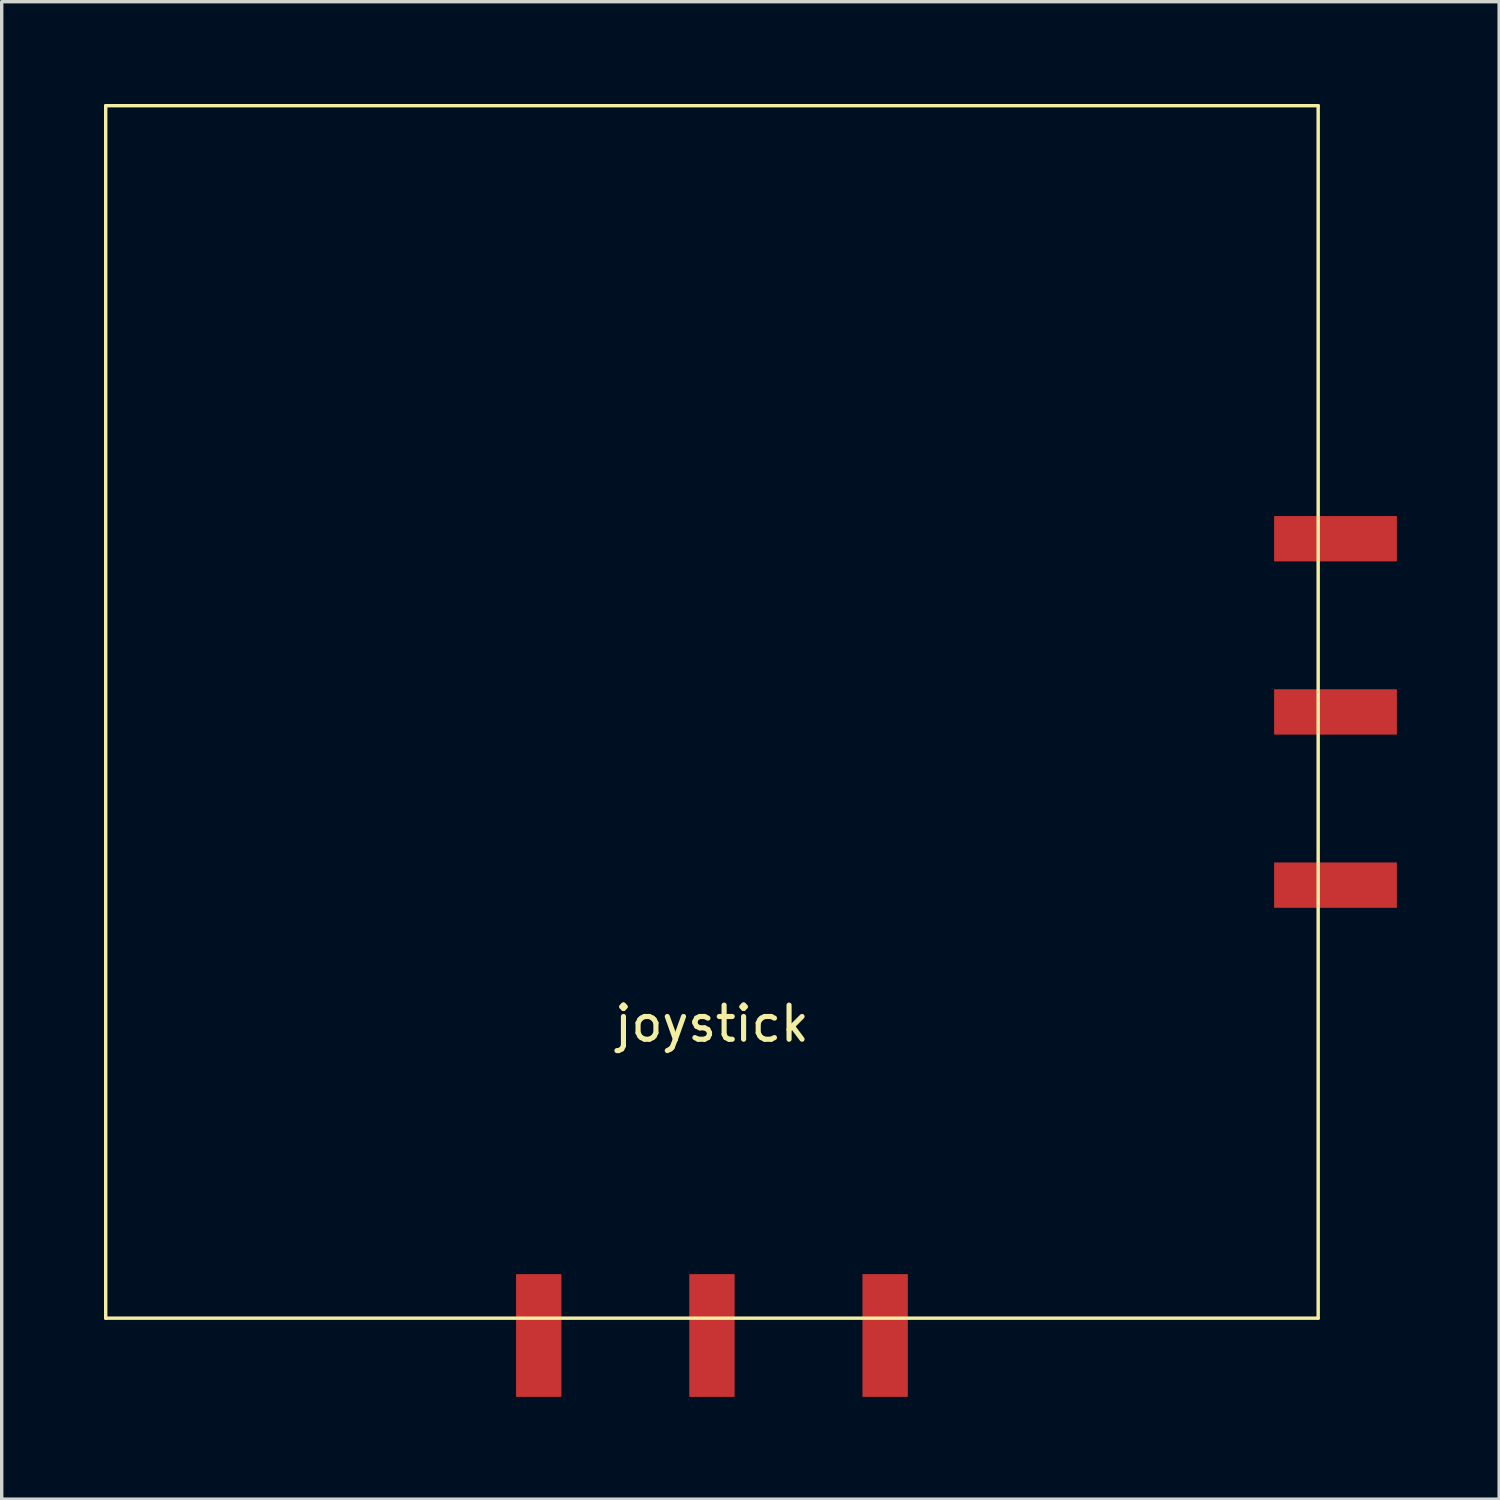
<source format=kicad_pcb>
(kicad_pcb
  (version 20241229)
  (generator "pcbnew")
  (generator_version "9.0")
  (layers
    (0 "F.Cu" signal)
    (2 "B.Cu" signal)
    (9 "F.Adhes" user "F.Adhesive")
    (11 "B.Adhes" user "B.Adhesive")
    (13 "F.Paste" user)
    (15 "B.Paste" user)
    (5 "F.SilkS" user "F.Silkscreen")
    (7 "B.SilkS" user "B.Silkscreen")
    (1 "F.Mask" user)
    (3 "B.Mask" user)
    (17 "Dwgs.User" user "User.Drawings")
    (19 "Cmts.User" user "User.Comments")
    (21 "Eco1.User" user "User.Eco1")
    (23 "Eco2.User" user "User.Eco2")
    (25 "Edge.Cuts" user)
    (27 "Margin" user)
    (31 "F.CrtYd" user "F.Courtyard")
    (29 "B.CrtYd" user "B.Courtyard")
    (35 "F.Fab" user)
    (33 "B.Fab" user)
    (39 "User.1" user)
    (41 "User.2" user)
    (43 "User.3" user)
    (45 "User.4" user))
  (footprint "joystick"
    (layer "F.Cu")
    (at 17.83 17.83)
    (property "Reference" "joystick" (at 0 9.144 0) (layer "F.SilkS") (effects (font (size 1 1) (thickness 0.15))))
    (attr through_hole)
    (fp_line (start -17.78 -17.78) (end -17.78 17.78) (stroke (width 0.1) (type solid)) (layer "F.SilkS"))
    (fp_line (start -17.78 17.78) (end 17.78 17.78) (stroke (width 0.1) (type solid)) (layer "F.SilkS"))
    (fp_line (start 17.78 -17.78) (end -17.78 -17.78) (stroke (width 0.1) (type solid)) (layer "F.SilkS"))
    (fp_line (start 17.78 17.78) (end 17.78 -17.78) (stroke (width 0.1) (type solid)) (layer "F.SilkS"))
    (pad "1" smd rect (at -5.08 18.288) (size 1.33 3.6) (layers "F.Cu" "F.Mask" "F.Paste"))
    (pad "2" smd rect (at 0 18.288) (size 1.33 3.6) (layers "F.Cu" "F.Mask" "F.Paste"))
    (pad "3" smd rect (at 5.08 18.288) (size 1.33 3.6) (layers "F.Cu" "F.Mask" "F.Paste"))
    (pad "4" smd rect (at 18.288 5.08 90) (size 1.33 3.6) (layers "F.Cu" "F.Mask" "F.Paste"))
    (pad "5" smd rect (at 18.288 0 90) (size 1.33 3.6) (layers "F.Cu" "F.Mask" "F.Paste"))
    (pad "6" smd rect (at 18.288 -5.08 90) (size 1.33 3.6) (layers "F.Cu" "F.Mask" "F.Paste")))
  (gr_rect
    (start -3 -3)
    (end 40.918 40.918)
    (stroke (width 0.1) (type default))
    (fill no)
    (layer "Edge.Cuts")))
</source>
